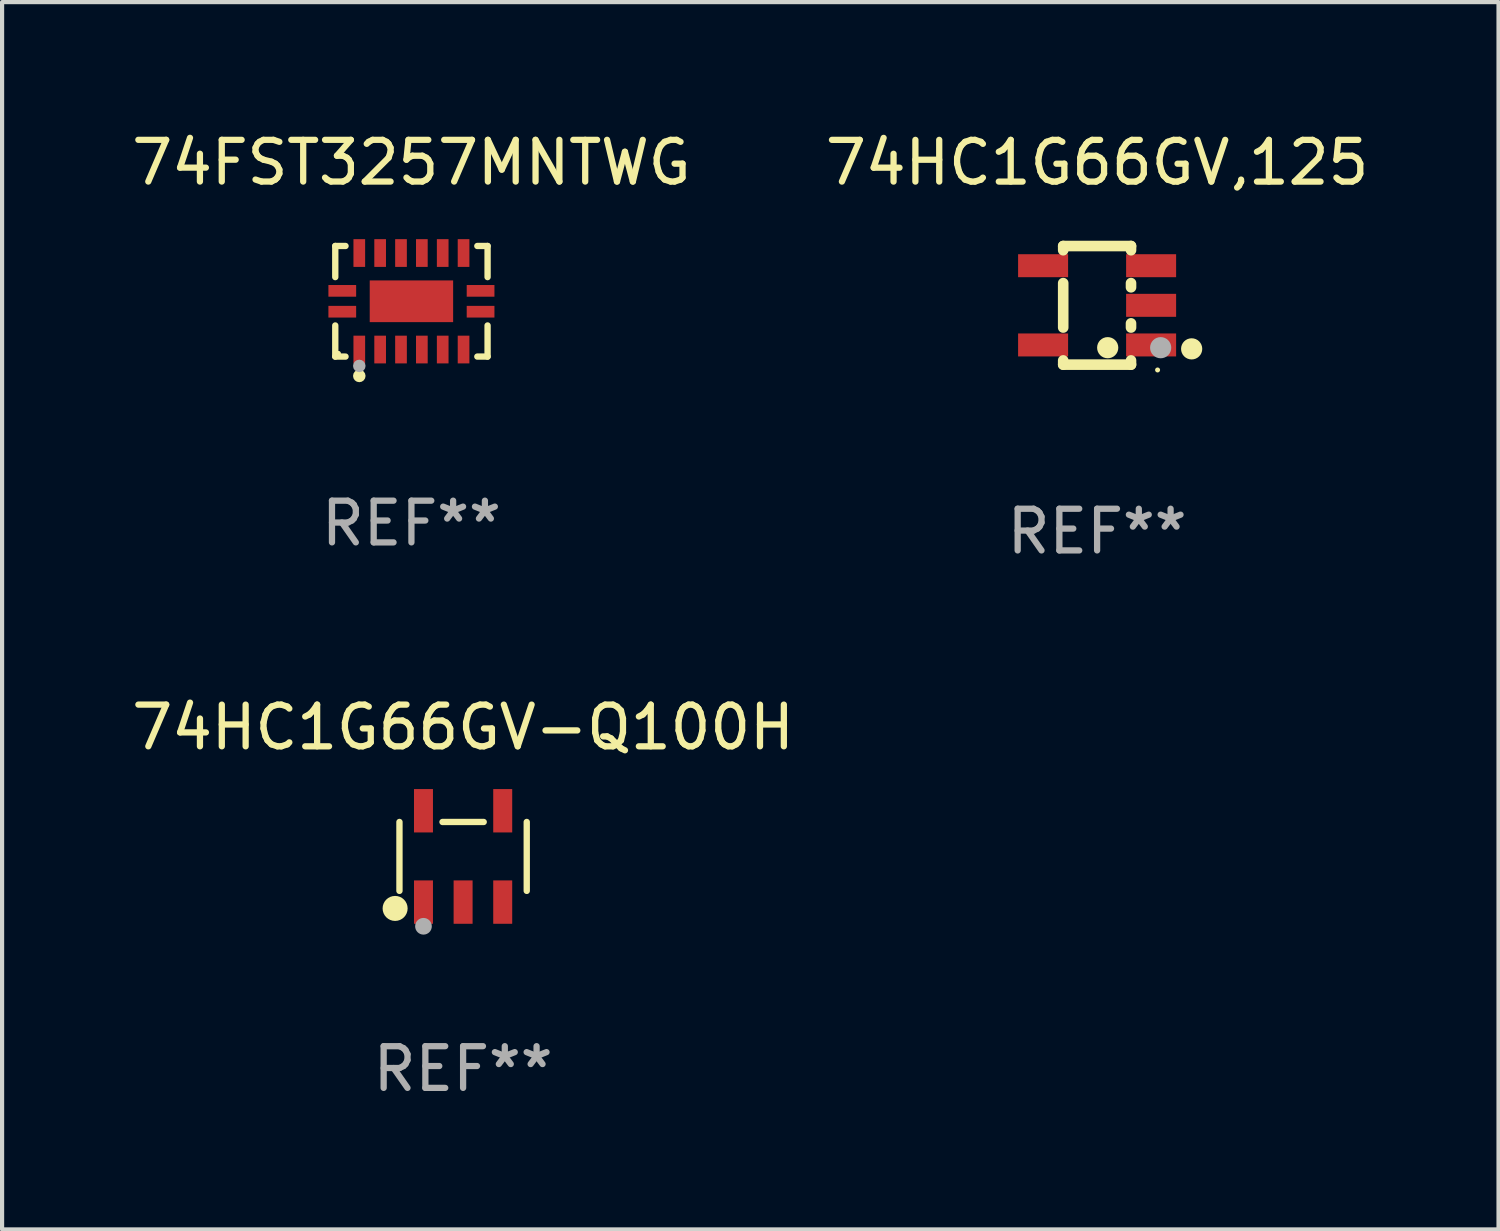
<source format=kicad_pcb>
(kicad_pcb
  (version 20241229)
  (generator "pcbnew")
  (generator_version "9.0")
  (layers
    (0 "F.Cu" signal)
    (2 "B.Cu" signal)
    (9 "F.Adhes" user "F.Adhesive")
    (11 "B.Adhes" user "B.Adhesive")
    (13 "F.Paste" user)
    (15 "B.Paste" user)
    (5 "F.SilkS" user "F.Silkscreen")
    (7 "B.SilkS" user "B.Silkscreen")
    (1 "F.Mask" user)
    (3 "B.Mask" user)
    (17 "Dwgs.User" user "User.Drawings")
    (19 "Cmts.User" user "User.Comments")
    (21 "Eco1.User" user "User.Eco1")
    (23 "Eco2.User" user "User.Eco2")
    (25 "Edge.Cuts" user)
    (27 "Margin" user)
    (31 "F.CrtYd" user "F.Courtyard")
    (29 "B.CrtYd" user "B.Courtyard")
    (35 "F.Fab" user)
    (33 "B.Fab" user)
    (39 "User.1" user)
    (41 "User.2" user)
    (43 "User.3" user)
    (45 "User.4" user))
  (footprint "74HC1G66GV,125"
    (layer "F.Cu")
    (at 23.256 4.271)
    (property "Reference" "74HC1G66GV,125" (at 0 -3.422 0) (layer "F.SilkS") (effects (font (size 1 1) (thickness 0.15))))
    (attr through_hole)
    (fp_line (start -0.813 -1.422) (end 0.813 -1.422) (stroke (width 0.254) (type solid)) (layer "F.SilkS"))
    (fp_line (start -0.813 -1.321) (end -0.813 -1.422) (stroke (width 0.254) (type solid)) (layer "F.SilkS"))
    (fp_line (start -0.813 0.533) (end -0.813 -0.533) (stroke (width 0.254) (type solid)) (layer "F.SilkS"))
    (fp_line (start -0.813 1.422) (end -0.813 1.321) (stroke (width 0.254) (type solid)) (layer "F.SilkS"))
    (fp_line (start 0.813 -1.422) (end 0.813 -1.321) (stroke (width 0.254) (type solid)) (layer "F.SilkS"))
    (fp_line (start 0.813 -0.533) (end 0.813 -0.432) (stroke (width 0.254) (type solid)) (layer "F.SilkS"))
    (fp_line (start 0.813 0.432) (end 0.813 0.533) (stroke (width 0.254) (type solid)) (layer "F.SilkS"))
    (fp_line (start 0.813 1.321) (end 0.813 1.422) (stroke (width 0.254) (type solid)) (layer "F.SilkS"))
    (fp_line (start 0.813 1.422) (end -0.813 1.422) (stroke (width 0.254) (type solid)) (layer "F.SilkS"))
    (fp_circle (center 0.254 1.016) (end 0.381 1.016) (stroke (width 0.254) (type solid)) (fill no) (layer "F.SilkS"))
    (fp_circle (center 1.45 1.55) (end 1.48 1.55) (stroke (width 0.06) (type solid)) (fill no) (layer "F.SilkS"))
    (fp_circle (center 2.267 1.044) (end 2.394 1.044) (stroke (width 0.254) (type solid)) (fill no) (layer "F.SilkS"))
    (fp_circle (center 1.524 1.016) (end 1.651 1.016) (stroke (width 0.254) (type solid)) (fill no) (layer "F.Fab"))
    (fp_text user "REF**" (at 0 5.422 0) (layer "F.Fab") (effects (font (size 1 1) (thickness 0.15))))
    (pad "1" smd rect (at 1.295 0.95 90) (size 0.551 1.199) (layers "F.Cu" "F.Mask" "F.Paste"))
    (pad "2" smd rect (at 1.295 0 90) (size 0.551 1.199) (layers "F.Cu" "F.Mask" "F.Paste"))
    (pad "3" smd rect (at 1.295 -0.95 90) (size 0.551 1.199) (layers "F.Cu" "F.Mask" "F.Paste"))
    (pad "4" smd rect (at -1.295 -0.95 90) (size 0.551 1.199) (layers "F.Cu" "F.Mask" "F.Paste"))
    (pad "5" smd rect (at -1.295 0.95 90) (size 0.551 1.199) (layers "F.Cu" "F.Mask" "F.Paste")))
  (footprint "74FST3257MNTWG"
    (layer "F.Cu")
    (at 6.815 4.174)
    (property "Reference" "74FST3257MNTWG" (at 0 -3.326 0) (layer "F.SilkS") (effects (font (size 1 1) (thickness 0.15))))
    (attr through_hole)
    (fp_line (start -1.826 -1.326) (end -1.58 -1.326) (stroke (width 0.152) (type solid)) (layer "F.SilkS"))
    (fp_line (start -1.826 -0.58) (end -1.826 -1.326) (stroke (width 0.152) (type solid)) (layer "F.SilkS"))
    (fp_line (start -1.826 0.58) (end -1.826 1.326) (stroke (width 0.152) (type solid)) (layer "F.SilkS"))
    (fp_line (start -1.826 1.326) (end -1.58 1.326) (stroke (width 0.152) (type solid)) (layer "F.SilkS"))
    (fp_line (start 1.826 -1.326) (end 1.58 -1.326) (stroke (width 0.152) (type solid)) (layer "F.SilkS"))
    (fp_line (start 1.826 -0.58) (end 1.826 -1.326) (stroke (width 0.152) (type solid)) (layer "F.SilkS"))
    (fp_line (start 1.826 0.58) (end 1.826 1.326) (stroke (width 0.152) (type solid)) (layer "F.SilkS"))
    (fp_line (start 1.826 1.326) (end 1.58 1.326) (stroke (width 0.152) (type solid)) (layer "F.SilkS"))
    (fp_circle (center -1.75 1.25) (end -1.72 1.25) (stroke (width 0.06) (type solid)) (fill no) (layer "F.SilkS"))
    (fp_circle (center -1.25 1.79) (end -1.175 1.79) (stroke (width 0.15) (type solid)) (fill no) (layer "F.SilkS"))
    (fp_circle (center -1.25 1.55) (end -1.175 1.55) (stroke (width 0.15) (type solid)) (fill no) (layer "F.Fab"))
    (fp_text user "REF**" (at 0 5.326 0) (layer "F.Fab") (effects (font (size 1 1) (thickness 0.15))))
    (pad "1" smd rect (at -1.25 1.157) (size 0.28 0.665) (layers "F.Cu" "F.Mask" "F.Paste"))
    (pad "2" smd rect (at -0.75 1.157) (size 0.28 0.665) (layers "F.Cu" "F.Mask" "F.Paste"))
    (pad "3" smd rect (at -0.25 1.157) (size 0.28 0.665) (layers "F.Cu" "F.Mask" "F.Paste"))
    (pad "4" smd rect (at 0.25 1.157) (size 0.28 0.665) (layers "F.Cu" "F.Mask" "F.Paste"))
    (pad "5" smd rect (at 0.75 1.157) (size 0.28 0.665) (layers "F.Cu" "F.Mask" "F.Paste"))
    (pad "6" smd rect (at 1.25 1.157) (size 0.28 0.665) (layers "F.Cu" "F.Mask" "F.Paste"))
    (pad "7" smd rect (at 1.658 0.25) (size 0.665 0.28) (layers "F.Cu" "F.Mask" "F.Paste"))
    (pad "8" smd rect (at 1.658 -0.25) (size 0.665 0.28) (layers "F.Cu" "F.Mask" "F.Paste"))
    (pad "9" smd rect (at 1.25 -1.157) (size 0.28 0.665) (layers "F.Cu" "F.Mask" "F.Paste"))
    (pad "10" smd rect (at 0.75 -1.157) (size 0.28 0.665) (layers "F.Cu" "F.Mask" "F.Paste"))
    (pad "11" smd rect (at 0.25 -1.157) (size 0.28 0.665) (layers "F.Cu" "F.Mask" "F.Paste"))
    (pad "12" smd rect (at -0.25 -1.157) (size 0.28 0.665) (layers "F.Cu" "F.Mask" "F.Paste"))
    (pad "13" smd rect (at -0.75 -1.157) (size 0.28 0.665) (layers "F.Cu" "F.Mask" "F.Paste"))
    (pad "14" smd rect (at -1.25 -1.157) (size 0.28 0.665) (layers "F.Cu" "F.Mask" "F.Paste"))
    (pad "15" smd rect (at -1.658 -0.25) (size 0.665 0.28) (layers "F.Cu" "F.Mask" "F.Paste"))
    (pad "16" smd rect (at -1.658 0.25) (size 0.665 0.28) (layers "F.Cu" "F.Mask" "F.Paste"))
    (pad "17" smd rect (at 0 0) (size 2 1) (layers "F.Cu" "F.Mask" "F.Paste")))
  (footprint "74HC1G66GV-Q100H"
    (layer "F.Cu")
    (at 8.054 17.485)
    (property "Reference" "74HC1G66GV-Q100H" (at 0 -3.095 0) (layer "F.SilkS") (effects (font (size 1 1) (thickness 0.15))))
    (attr through_hole)
    (fp_line (start -1.526 0.826) (end -1.526 -0.826) (stroke (width 0.152) (type solid)) (layer "F.SilkS"))
    (fp_line (start 0.494 -0.826) (end -0.494 -0.826) (stroke (width 0.152) (type solid)) (layer "F.SilkS"))
    (fp_line (start 1.526 0.826) (end 1.526 -0.826) (stroke (width 0.152) (type solid)) (layer "F.SilkS"))
    (fp_circle (center -1.63 1.247) (end -1.48 1.247) (stroke (width 0.3) (type solid)) (fill no) (layer "F.SilkS"))
    (fp_circle (center -1.45 1.375) (end -1.42 1.375) (stroke (width 0.06) (type solid)) (fill no) (layer "F.SilkS"))
    (fp_circle (center -0.95 1.675) (end -0.85 1.675) (stroke (width 0.2) (type solid)) (fill no) (layer "F.Fab"))
    (fp_text user "REF**" (at 0 5.095 0) (layer "F.Fab") (effects (font (size 1 1) (thickness 0.15))))
    (pad "1" smd rect (at -0.95 1.095) (size 0.455 1.04) (layers "F.Cu" "F.Mask" "F.Paste"))
    (pad "2" smd rect (at 0 1.095) (size 0.455 1.04) (layers "F.Cu" "F.Mask" "F.Paste"))
    (pad "3" smd rect (at 0.95 1.095) (size 0.455 1.04) (layers "F.Cu" "F.Mask" "F.Paste"))
    (pad "4" smd rect (at 0.95 -1.095) (size 0.455 1.04) (layers "F.Cu" "F.Mask" "F.Paste"))
    (pad "5" smd rect (at -0.95 -1.095) (size 0.455 1.04) (layers "F.Cu" "F.Mask" "F.Paste")))
  (gr_rect
    (start -3 -3)
    (end 32.881 26.428)
    (stroke (width 0.1) (type default))
    (fill no)
    (layer "Edge.Cuts")))
</source>
